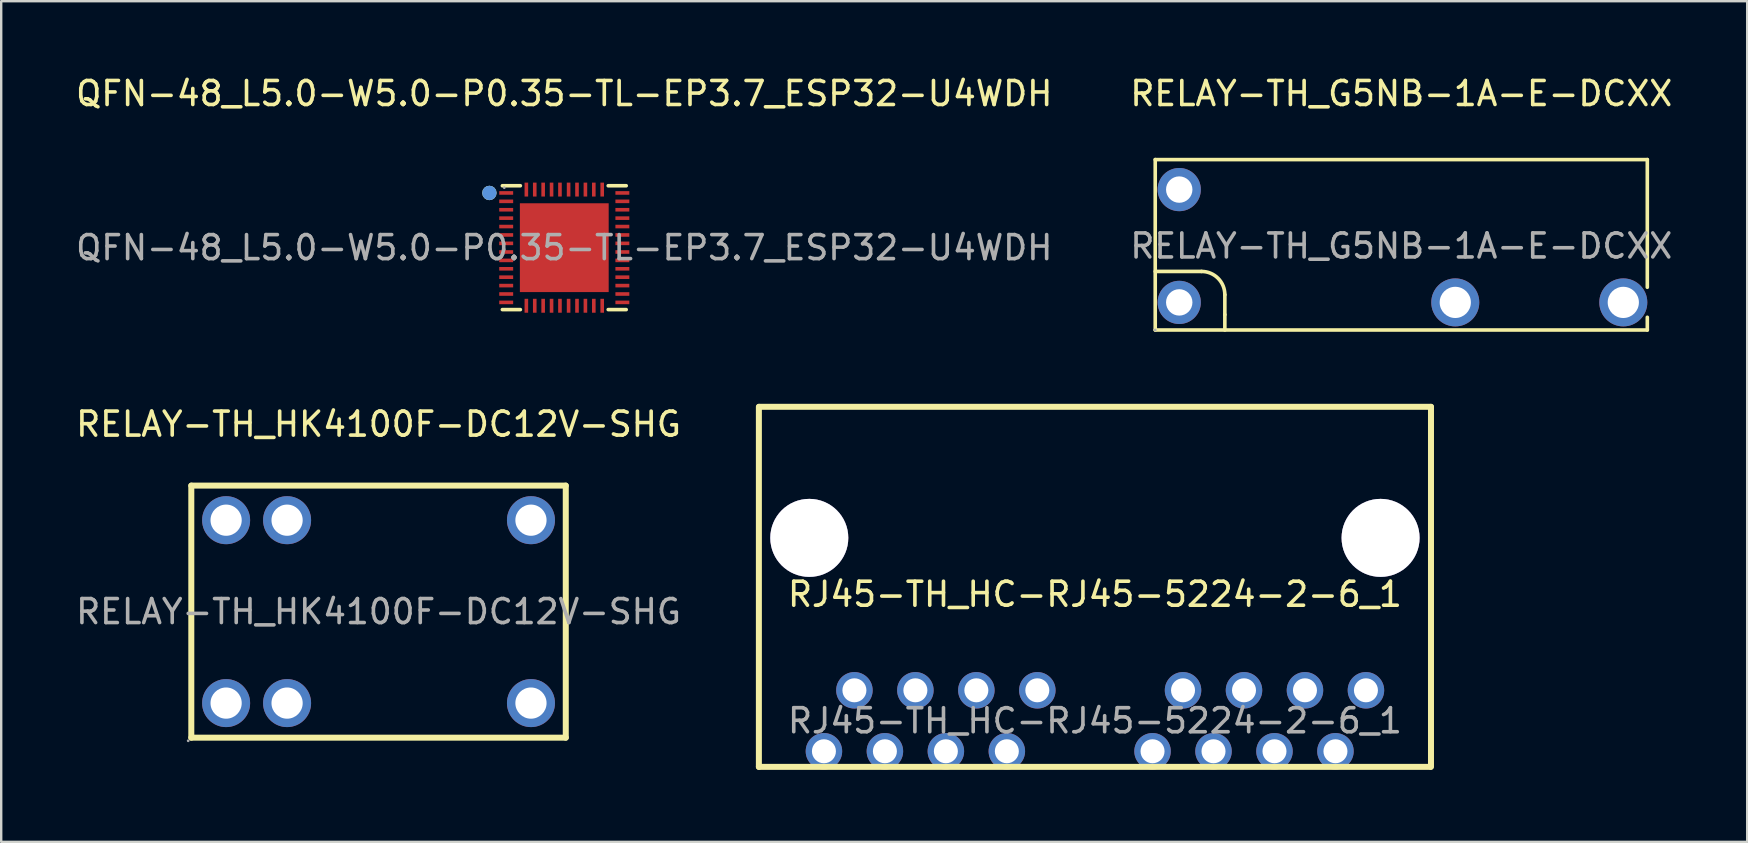
<source format=kicad_pcb>
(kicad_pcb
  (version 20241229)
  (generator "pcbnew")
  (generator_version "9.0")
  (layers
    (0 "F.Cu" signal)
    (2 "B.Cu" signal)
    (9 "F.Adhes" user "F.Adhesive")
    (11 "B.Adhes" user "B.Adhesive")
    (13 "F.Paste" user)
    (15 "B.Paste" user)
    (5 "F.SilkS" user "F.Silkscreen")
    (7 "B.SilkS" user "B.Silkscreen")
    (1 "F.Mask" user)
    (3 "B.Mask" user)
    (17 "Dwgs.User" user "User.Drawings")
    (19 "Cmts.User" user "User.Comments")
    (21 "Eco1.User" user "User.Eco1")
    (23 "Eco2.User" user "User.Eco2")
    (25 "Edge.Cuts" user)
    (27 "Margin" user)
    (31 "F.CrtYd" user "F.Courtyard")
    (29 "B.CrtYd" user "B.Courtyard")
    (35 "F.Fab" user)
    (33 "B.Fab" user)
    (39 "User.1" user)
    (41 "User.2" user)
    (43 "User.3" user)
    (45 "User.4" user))
  (footprint "RJ45-TH_HC-RJ45-5224-2-6_1"
    (layer "F.Cu")
    (at 42.565 26.978)
    (property "Reference" "RJ45-TH_HC-RJ45-5224-2-6_1" (at 0 -5.27 0) (layer "F.SilkS") (effects (font (size 1 1) (thickness 0.15))))
    (attr through_hole)
    (fp_line (start -14 -13.08) (end -14 1.92) (stroke (width 0.25) (type solid)) (layer "F.SilkS"))
    (fp_line (start -14 1.92) (end 13.97 1.92) (stroke (width 0.25) (type solid)) (layer "F.SilkS"))
    (fp_line (start 14 -13.08) (end -13.99 -13.08) (stroke (width 0.25) (type solid)) (layer "F.SilkS"))
    (fp_line (start 14 -13.08) (end 14 1.92) (stroke (width 0.25) (type solid)) (layer "F.SilkS"))
    (fp_text user "${REFERENCE}" (at 0 0 0) (layer "F.Fab") (effects (font (size 1 1) (thickness 0.15))))
    (pad "" thru_hole circle (at -11.9 -7.62) (size 3.25 3.25) (drill 3.25) (layers "*.Cu" "*.Mask"))
    (pad "" thru_hole circle (at 11.9 -7.62) (size 3.25 3.25) (drill 3.25) (layers "*.Cu" "*.Mask"))
    (pad "1" thru_hole circle (at -11.29 1.27) (size 1.52 1.52) (drill 1) (layers "*.Cu" "*.Mask"))
    (pad "2" thru_hole circle (at -10.02 -1.27) (size 1.52 1.52) (drill 1) (layers "*.Cu" "*.Mask"))
    (pad "3" thru_hole circle (at -8.75 1.27) (size 1.52 1.52) (drill 1) (layers "*.Cu" "*.Mask"))
    (pad "4" thru_hole circle (at -7.48 -1.27) (size 1.52 1.52) (drill 1) (layers "*.Cu" "*.Mask"))
    (pad "5" thru_hole circle (at -6.21 1.27) (size 1.52 1.52) (drill 1) (layers "*.Cu" "*.Mask"))
    (pad "6" thru_hole circle (at -4.94 -1.27) (size 1.52 1.52) (drill 1) (layers "*.Cu" "*.Mask"))
    (pad "7" thru_hole circle (at -3.67 1.27) (size 1.52 1.52) (drill 1) (layers "*.Cu" "*.Mask"))
    (pad "8" thru_hole circle (at -2.4 -1.27) (size 1.52 1.52) (drill 1) (layers "*.Cu" "*.Mask"))
    (pad "9" thru_hole circle (at 2.4 1.27) (size 1.52 1.52) (drill 1) (layers "*.Cu" "*.Mask"))
    (pad "10" thru_hole circle (at 3.67 -1.27) (size 1.52 1.52) (drill 1) (layers "*.Cu" "*.Mask"))
    (pad "11" thru_hole circle (at 4.94 1.27) (size 1.52 1.52) (drill 1) (layers "*.Cu" "*.Mask"))
    (pad "12" thru_hole circle (at 6.21 -1.27) (size 1.52 1.52) (drill 1) (layers "*.Cu" "*.Mask"))
    (pad "13" thru_hole circle (at 7.48 1.27) (size 1.52 1.52) (drill 1) (layers "*.Cu" "*.Mask"))
    (pad "14" thru_hole circle (at 8.75 -1.27) (size 1.52 1.52) (drill 1) (layers "*.Cu" "*.Mask"))
    (pad "15" thru_hole circle (at 10.02 1.27) (size 1.52 1.52) (drill 1) (layers "*.Cu" "*.Mask"))
    (pad "16" thru_hole circle (at 11.29 -1.27) (size 1.52 1.52) (drill 1) (layers "*.Cu" "*.Mask")))
  (footprint "RELAY-TH_HK4100F-DC12V-SHG"
    (layer "F.Cu")
    (at 12.72 22.431)
    (property "Reference" "RELAY-TH_HK4100F-DC12V-SHG" (at 0 -7.81 0) (layer "F.SilkS") (effects (font (size 1 1) (thickness 0.15))))
    (attr through_hole)
    (fp_line (start -7.8 -5.25) (end 7.8 -5.25) (stroke (width 0.25) (type solid)) (layer "F.SilkS"))
    (fp_line (start -7.8 5.25) (end -7.8 -5.25) (stroke (width 0.25) (type solid)) (layer "F.SilkS"))
    (fp_line (start 7.8 -5.25) (end 7.8 5.25) (stroke (width 0.25) (type solid)) (layer "F.SilkS"))
    (fp_line (start 7.8 5.25) (end -7.8 5.25) (stroke (width 0.25) (type solid)) (layer "F.SilkS"))
    (fp_circle (center -7.93 5.38) (end -7.9 5.38) (stroke (width 0.06) (type solid)) (fill no) (layer "F.Fab"))
    (fp_circle (center -6.35 -3.81) (end -6.07 -3.81) (stroke (width 0.55) (type solid)) (fill no) (layer "F.Fab"))
    (fp_circle (center -6.35 3.81) (end -6.07 3.81) (stroke (width 0.55) (type solid)) (fill no) (layer "F.Fab"))
    (fp_circle (center -3.81 -3.81) (end -3.53 -3.81) (stroke (width 0.55) (type solid)) (fill no) (layer "F.Fab"))
    (fp_circle (center -3.81 3.81) (end -3.53 3.81) (stroke (width 0.55) (type solid)) (fill no) (layer "F.Fab"))
    (fp_circle (center 6.35 -3.81) (end 6.63 -3.81) (stroke (width 0.55) (type solid)) (fill no) (layer "F.Fab"))
    (fp_circle (center 6.35 3.81) (end 6.63 3.81) (stroke (width 0.55) (type solid)) (fill no) (layer "F.Fab"))
    (fp_text user "${REFERENCE}" (at 0 0 0) (layer "F.Fab") (effects (font (size 1 1) (thickness 0.15))))
    (pad "1" thru_hole circle (at -6.35 3.81) (size 2 2) (drill 1.3) (layers "*.Cu" "*.Mask"))
    (pad "2" thru_hole circle (at -3.81 3.81) (size 2 2) (drill 1.3) (layers "*.Cu" "*.Mask"))
    (pad "6" thru_hole circle (at 6.35 -3.81) (size 2 2) (drill 1.3) (layers "*.Cu" "*.Mask"))
    (pad "6" thru_hole circle (at 6.35 3.81) (size 2 2) (drill 1.3) (layers "*.Cu" "*.Mask"))
    (pad "11" thru_hole circle (at -3.81 -3.81) (size 2 2) (drill 1.3) (layers "*.Cu" "*.Mask"))
    (pad "12" thru_hole circle (at -6.35 -3.81) (size 2 2) (drill 1.3) (layers "*.Cu" "*.Mask")))
  (footprint "RELAY-TH_G5NB-1A-E-DCXX"
    (layer "F.Cu")
    (at 55.327 7.198)
    (property "Reference" "RELAY-TH_G5NB-1A-E-DCXX" (at 0 -6.35 0) (layer "F.SilkS") (effects (font (size 1 1) (thickness 0.15))))
    (attr through_hole)
    (fp_line (start -10.25 -3.6) (end 10.25 -3.6) (stroke (width 0.15) (type solid)) (layer "F.SilkS"))
    (fp_line (start -10.25 1.06) (end -8.32 1.06) (stroke (width 0.15) (type solid)) (layer "F.SilkS"))
    (fp_line (start -10.25 3.5) (end -10.25 -3.6) (stroke (width 0.15) (type solid)) (layer "F.SilkS"))
    (fp_line (start -7.35 2.03) (end -7.35 2.86) (stroke (width 0.15) (type solid)) (layer "F.SilkS"))
    (fp_line (start -7.35 2.86) (end -7.35 3.5) (stroke (width 0.15) (type solid)) (layer "F.SilkS"))
    (fp_line (start 10.25 -3.6) (end 10.25 1.72) (stroke (width 0.15) (type solid)) (layer "F.SilkS"))
    (fp_line (start 10.25 2.97) (end 10.25 3.5) (stroke (width 0.15) (type solid)) (layer "F.SilkS"))
    (fp_line (start 10.25 3.5) (end -10.25 3.5) (stroke (width 0.15) (type solid)) (layer "F.SilkS"))
    (fp_arc (start -8.32 1.06) (mid -7.634106 1.344106) (end -7.35 2.03) (stroke (width 0.15) (type solid)) (layer "F.SilkS"))
    (fp_circle (center -10.25 3.5) (end -10.22 3.5) (stroke (width 0.06) (type solid)) (fill no) (layer "F.Fab"))
    (fp_text user "${REFERENCE}" (at 0 0 0) (layer "F.Fab") (effects (font (size 1 1) (thickness 0.15))))
    (pad "1" thru_hole circle (at -9.25 2.35) (size 1.8 1.8) (drill 1.1) (layers "*.Cu" "*.Mask"))
    (pad "2" thru_hole circle (at 2.25 2.35) (size 2 2) (drill 1.3) (layers "*.Cu" "*.Mask"))
    (pad "3" thru_hole circle (at 9.25 2.35) (size 2 2) (drill 1.3) (layers "*.Cu" "*.Mask"))
    (pad "4" thru_hole circle (at -9.25 -2.35) (size 1.8 1.8) (drill 1.1) (layers "*.Cu" "*.Mask")))
  (footprint "QFN-48_L5.0-W5.0-P0.35-TL-EP3.7_ESP32-U4WDH"
    (layer "F.Cu")
    (at 20.458 7.268)
    (property "Reference" "QFN-48_L5.0-W5.0-P0.35-TL-EP3.7_ESP32-U4WDH" (at 0 -6.42 0) (layer "F.SilkS") (effects (font (size 1 1) (thickness 0.15))))
    (attr smd)
    (fp_line (start -2.58 -2.58) (end -1.83 -2.58) (stroke (width 0.15) (type solid)) (layer "F.SilkS"))
    (fp_line (start -2.58 2.58) (end -1.83 2.58) (stroke (width 0.15) (type solid)) (layer "F.SilkS"))
    (fp_line (start 2.58 -2.58) (end 1.83 -2.58) (stroke (width 0.15) (type solid)) (layer "F.SilkS"))
    (fp_line (start 2.58 2.58) (end 1.83 2.58) (stroke (width 0.15) (type solid)) (layer "F.SilkS"))
    (fp_circle (center -3.12 -2.28) (end -2.97 -2.28) (stroke (width 0.3) (type solid)) (fill no) (layer "F.SilkS"))
    (fp_circle (center -3.12 -2.28) (end -2.97 -2.28) (stroke (width 0.3) (type solid)) (fill no) (layer "Cmts.User"))
    (fp_circle (center -2.5 -2.5) (end -2.47 -2.5) (stroke (width 0.06) (type solid)) (fill no) (layer "F.Fab"))
    (fp_text user "${REFERENCE}" (at 0 0 0) (layer "F.Fab") (effects (font (size 1 1) (thickness 0.15))))
    (pad "1" smd rect (at -2.42 -2.28) (size 0.58 0.15) (layers "F.Cu" "F.Mask" "F.Paste"))
    (pad "2" smd rect (at -2.42 -1.93) (size 0.58 0.15) (layers "F.Cu" "F.Mask" "F.Paste"))
    (pad "3" smd rect (at -2.42 -1.58) (size 0.58 0.15) (layers "F.Cu" "F.Mask" "F.Paste"))
    (pad "4" smd rect (at -2.42 -1.23) (size 0.58 0.15) (layers "F.Cu" "F.Mask" "F.Paste"))
    (pad "5" smd rect (at -2.42 -0.88) (size 0.58 0.15) (layers "F.Cu" "F.Mask" "F.Paste"))
    (pad "6" smd rect (at -2.42 -0.53) (size 0.58 0.15) (layers "F.Cu" "F.Mask" "F.Paste"))
    (pad "7" smd rect (at -2.42 -0.18) (size 0.58 0.15) (layers "F.Cu" "F.Mask" "F.Paste"))
    (pad "8" smd rect (at -2.42 0.18) (size 0.58 0.15) (layers "F.Cu" "F.Mask" "F.Paste"))
    (pad "9" smd rect (at -2.42 0.53) (size 0.58 0.15) (layers "F.Cu" "F.Mask" "F.Paste"))
    (pad "10" smd rect (at -2.42 0.88) (size 0.58 0.15) (layers "F.Cu" "F.Mask" "F.Paste"))
    (pad "11" smd rect (at -2.42 1.23) (size 0.58 0.15) (layers "F.Cu" "F.Mask" "F.Paste"))
    (pad "12" smd rect (at -2.42 1.58) (size 0.58 0.15) (layers "F.Cu" "F.Mask" "F.Paste"))
    (pad "13" smd rect (at -2.42 1.93) (size 0.58 0.15) (layers "F.Cu" "F.Mask" "F.Paste"))
    (pad "14" smd rect (at -2.42 2.28) (size 0.58 0.15) (layers "F.Cu" "F.Mask" "F.Paste"))
    (pad "15" smd rect (at -1.58 2.42) (size 0.15 0.58) (layers "F.Cu" "F.Mask" "F.Paste"))
    (pad "16" smd rect (at -1.23 2.42) (size 0.15 0.58) (layers "F.Cu" "F.Mask" "F.Paste"))
    (pad "17" smd rect (at -0.88 2.42) (size 0.15 0.58) (layers "F.Cu" "F.Mask" "F.Paste"))
    (pad "18" smd rect (at -0.53 2.42) (size 0.15 0.58) (layers "F.Cu" "F.Mask" "F.Paste"))
    (pad "19" smd rect (at -0.18 2.42) (size 0.15 0.58) (layers "F.Cu" "F.Mask" "F.Paste"))
    (pad "20" smd rect (at 0.18 2.42) (size 0.15 0.58) (layers "F.Cu" "F.Mask" "F.Paste"))
    (pad "21" smd rect (at 0.53 2.42) (size 0.15 0.58) (layers "F.Cu" "F.Mask" "F.Paste"))
    (pad "22" smd rect (at 0.88 2.42) (size 0.15 0.58) (layers "F.Cu" "F.Mask" "F.Paste"))
    (pad "23" smd rect (at 1.23 2.42) (size 0.15 0.58) (layers "F.Cu" "F.Mask" "F.Paste"))
    (pad "24" smd rect (at 1.58 2.42) (size 0.15 0.58) (layers "F.Cu" "F.Mask" "F.Paste"))
    (pad "25" smd rect (at 2.42 2.28) (size 0.58 0.15) (layers "F.Cu" "F.Mask" "F.Paste"))
    (pad "26" smd rect (at 2.42 1.93) (size 0.58 0.15) (layers "F.Cu" "F.Mask" "F.Paste"))
    (pad "27" smd rect (at 2.42 1.58) (size 0.58 0.15) (layers "F.Cu" "F.Mask" "F.Paste"))
    (pad "28" smd rect (at 2.42 1.23) (size 0.58 0.15) (layers "F.Cu" "F.Mask" "F.Paste"))
    (pad "29" smd rect (at 2.42 0.88) (size 0.58 0.15) (layers "F.Cu" "F.Mask" "F.Paste"))
    (pad "30" smd rect (at 2.42 0.53) (size 0.58 0.15) (layers "F.Cu" "F.Mask" "F.Paste"))
    (pad "31" smd rect (at 2.42 0.18) (size 0.58 0.15) (layers "F.Cu" "F.Mask" "F.Paste"))
    (pad "32" smd rect (at 2.42 -0.18) (size 0.58 0.15) (layers "F.Cu" "F.Mask" "F.Paste"))
    (pad "33" smd rect (at 2.42 -0.53) (size 0.58 0.15) (layers "F.Cu" "F.Mask" "F.Paste"))
    (pad "34" smd rect (at 2.42 -0.88) (size 0.58 0.15) (layers "F.Cu" "F.Mask" "F.Paste"))
    (pad "35" smd rect (at 2.42 -1.23) (size 0.58 0.15) (layers "F.Cu" "F.Mask" "F.Paste"))
    (pad "36" smd rect (at 2.42 -1.58) (size 0.58 0.15) (layers "F.Cu" "F.Mask" "F.Paste"))
    (pad "37" smd rect (at 2.42 -1.93) (size 0.58 0.15) (layers "F.Cu" "F.Mask" "F.Paste"))
    (pad "38" smd rect (at 2.42 -2.28) (size 0.58 0.15) (layers "F.Cu" "F.Mask" "F.Paste"))
    (pad "39" smd rect (at 1.58 -2.42) (size 0.15 0.58) (layers "F.Cu" "F.Mask" "F.Paste"))
    (pad "40" smd rect (at 1.23 -2.42) (size 0.15 0.58) (layers "F.Cu" "F.Mask" "F.Paste"))
    (pad "41" smd rect (at 0.88 -2.42) (size 0.15 0.58) (layers "F.Cu" "F.Mask" "F.Paste"))
    (pad "42" smd rect (at 0.53 -2.42) (size 0.15 0.58) (layers "F.Cu" "F.Mask" "F.Paste"))
    (pad "43" smd rect (at 0.18 -2.42) (size 0.15 0.58) (layers "F.Cu" "F.Mask" "F.Paste"))
    (pad "44" smd rect (at -0.18 -2.42) (size 0.15 0.58) (layers "F.Cu" "F.Mask" "F.Paste"))
    (pad "45" smd rect (at -0.53 -2.42) (size 0.15 0.58) (layers "F.Cu" "F.Mask" "F.Paste"))
    (pad "46" smd rect (at -0.88 -2.42) (size 0.15 0.58) (layers "F.Cu" "F.Mask" "F.Paste"))
    (pad "47" smd rect (at -1.23 -2.42) (size 0.15 0.58) (layers "F.Cu" "F.Mask" "F.Paste"))
    (pad "48" smd rect (at -1.58 -2.42) (size 0.15 0.58) (layers "F.Cu" "F.Mask" "F.Paste"))
    (pad "49" smd rect (at 0 0) (size 3.7 3.7) (layers "F.Cu" "F.Mask" "F.Paste")))
  (gr_rect
    (start -3 -3)
    (end 69.738 32.023)
    (stroke (width 0.1) (type default))
    (fill no)
    (layer "Edge.Cuts")))
</source>
